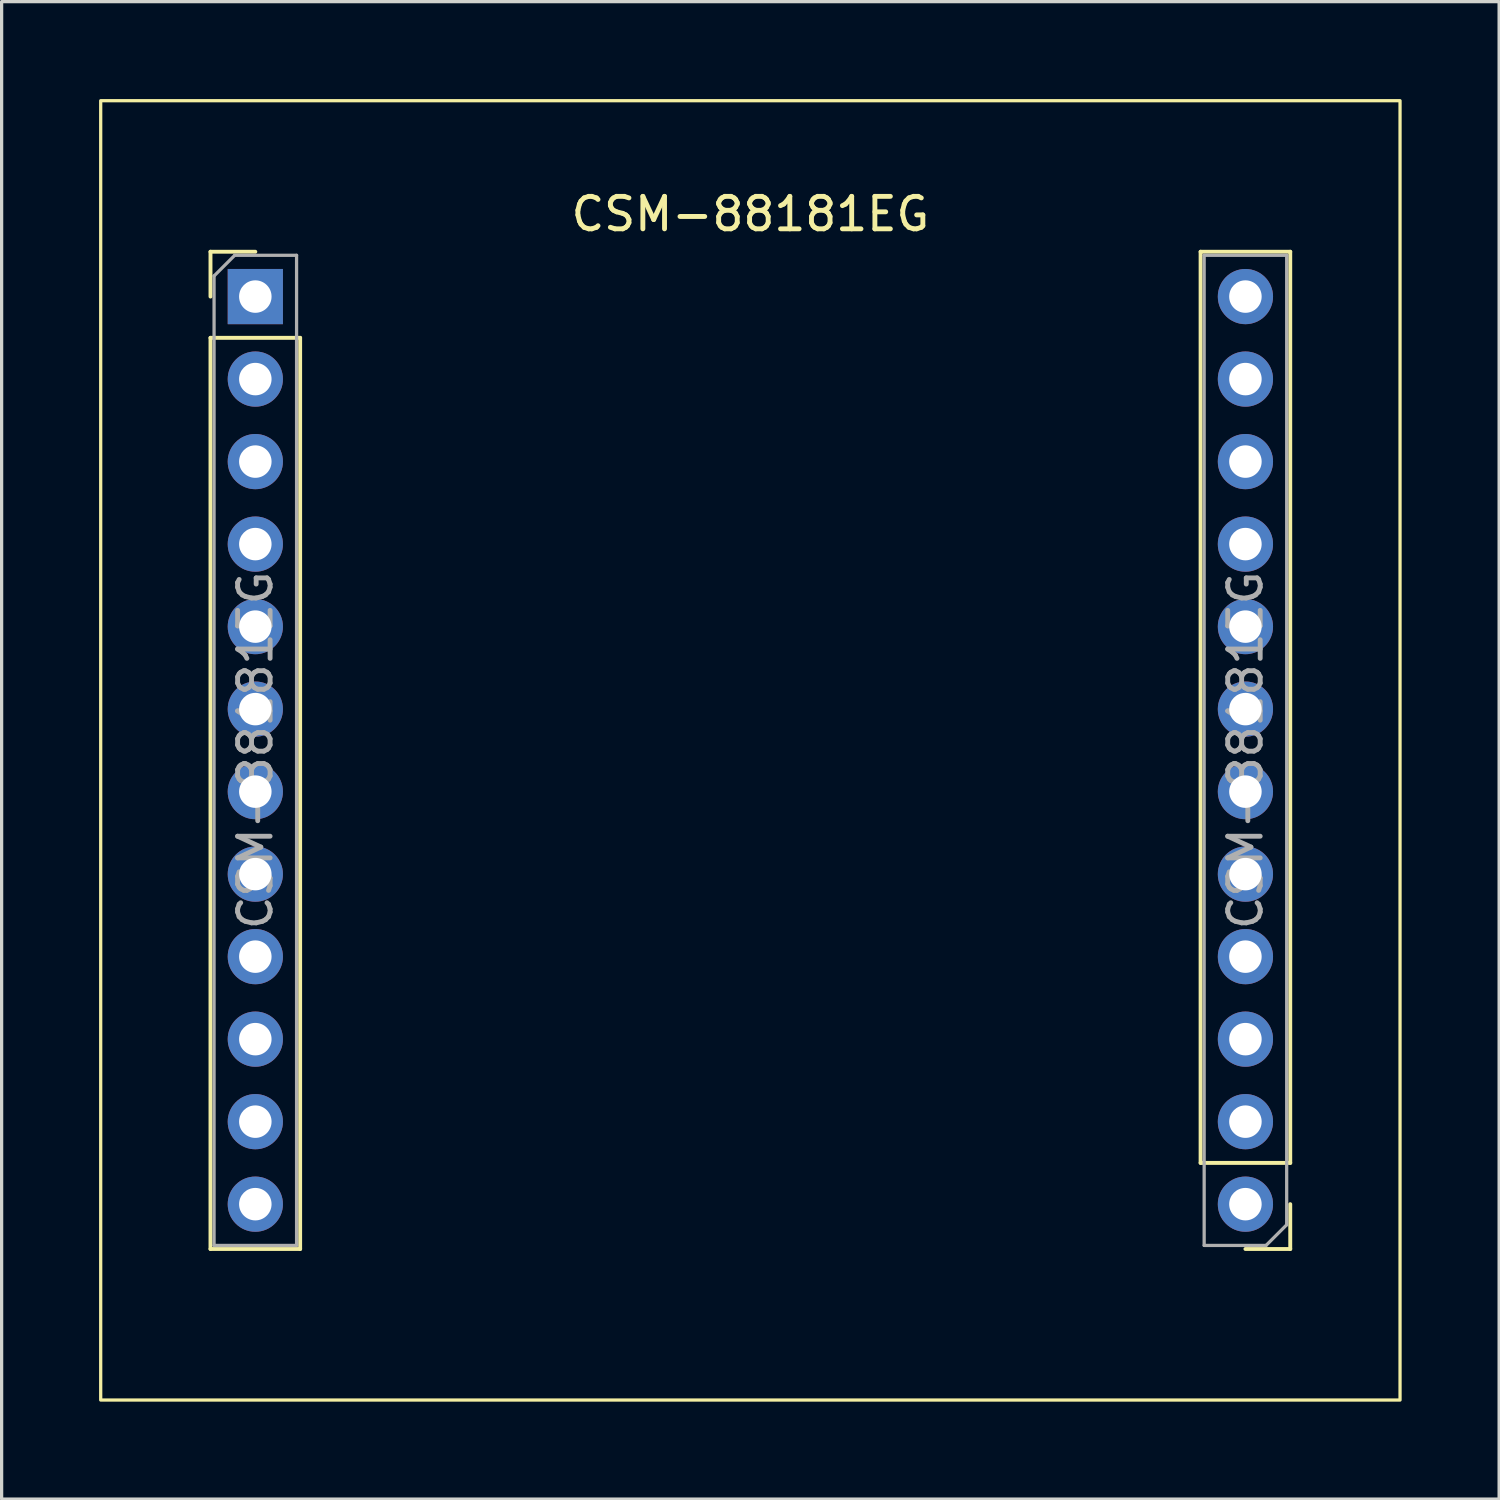
<source format=kicad_pcb>
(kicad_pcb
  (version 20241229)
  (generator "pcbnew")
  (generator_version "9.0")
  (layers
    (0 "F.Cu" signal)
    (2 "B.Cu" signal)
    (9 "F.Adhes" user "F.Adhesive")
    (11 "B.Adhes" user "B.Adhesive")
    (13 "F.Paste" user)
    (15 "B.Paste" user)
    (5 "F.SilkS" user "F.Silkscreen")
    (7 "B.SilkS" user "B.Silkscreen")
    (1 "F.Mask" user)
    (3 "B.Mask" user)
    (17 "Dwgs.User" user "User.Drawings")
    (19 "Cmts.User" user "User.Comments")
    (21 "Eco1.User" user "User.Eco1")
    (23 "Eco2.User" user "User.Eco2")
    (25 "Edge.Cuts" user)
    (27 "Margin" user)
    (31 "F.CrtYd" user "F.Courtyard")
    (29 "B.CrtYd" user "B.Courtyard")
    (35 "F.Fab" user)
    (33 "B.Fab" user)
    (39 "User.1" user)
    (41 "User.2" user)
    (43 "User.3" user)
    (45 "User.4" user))
  (footprint "CSM-88181EG"
    (layer "F.Cu")
    (at 20.05 20.05)
    (property "Reference" "CSM-88181EG" (at 0 -16.51 0) (layer "F.SilkS") (effects (font (size 1 1) (thickness 0.15))))
    (attr through_hole)
    (fp_line (start -16.62 -15.35) (end -15.24 -15.35) (stroke (width 0.12) (type solid)) (layer "F.SilkS"))
    (fp_line (start -16.62 -13.97) (end -16.62 -15.35) (stroke (width 0.12) (type solid)) (layer "F.SilkS"))
    (fp_line (start -16.62 -12.7) (end -16.62 15.35) (stroke (width 0.12) (type solid)) (layer "F.SilkS"))
    (fp_line (start -16.62 -12.7) (end -13.86 -12.7) (stroke (width 0.12) (type solid)) (layer "F.SilkS"))
    (fp_line (start -16.62 15.35) (end -13.86 15.35) (stroke (width 0.12) (type solid)) (layer "F.SilkS"))
    (fp_line (start -13.86 -12.7) (end -13.86 15.35) (stroke (width 0.12) (type solid)) (layer "F.SilkS"))
    (fp_line (start 13.86 12.7) (end 13.86 -15.35) (stroke (width 0.12) (type solid)) (layer "F.SilkS"))
    (fp_line (start 16.62 -15.35) (end 13.86 -15.35) (stroke (width 0.12) (type solid)) (layer "F.SilkS"))
    (fp_line (start 16.62 12.7) (end 13.86 12.7) (stroke (width 0.12) (type solid)) (layer "F.SilkS"))
    (fp_line (start 16.62 12.7) (end 16.62 -15.35) (stroke (width 0.12) (type solid)) (layer "F.SilkS"))
    (fp_line (start 16.62 13.97) (end 16.62 15.35) (stroke (width 0.12) (type solid)) (layer "F.SilkS"))
    (fp_line (start 16.62 15.35) (end 15.24 15.35) (stroke (width 0.12) (type solid)) (layer "F.SilkS"))
    (fp_rect (start -20 -20) (end 20 20) (stroke (width 0.1) (type default)) (fill no) (layer "F.SilkS"))
    (fp_line (start -16.51 -14.605) (end -15.875 -15.24) (stroke (width 0.1) (type solid)) (layer "F.Fab"))
    (fp_line (start -16.51 15.24) (end -16.51 -14.605) (stroke (width 0.1) (type solid)) (layer "F.Fab"))
    (fp_line (start -15.875 -15.24) (end -13.97 -15.24) (stroke (width 0.1) (type solid)) (layer "F.Fab"))
    (fp_line (start -13.97 -15.24) (end -13.97 15.24) (stroke (width 0.1) (type solid)) (layer "F.Fab"))
    (fp_line (start -13.97 15.24) (end -16.51 15.24) (stroke (width 0.1) (type solid)) (layer "F.Fab"))
    (fp_line (start 13.97 -15.24) (end 16.51 -15.24) (stroke (width 0.1) (type solid)) (layer "F.Fab"))
    (fp_line (start 13.97 15.24) (end 13.97 -15.24) (stroke (width 0.1) (type solid)) (layer "F.Fab"))
    (fp_line (start 15.875 15.24) (end 13.97 15.24) (stroke (width 0.1) (type solid)) (layer "F.Fab"))
    (fp_line (start 16.51 -15.24) (end 16.51 14.605) (stroke (width 0.1) (type solid)) (layer "F.Fab"))
    (fp_line (start 16.51 14.605) (end 15.875 15.24) (stroke (width 0.1) (type solid)) (layer "F.Fab"))
    (fp_text user "${REFERENCE}" (at 15.24 0 270) (layer "F.Fab") (effects (font (size 1 1) (thickness 0.15))))
    (fp_text user "${REFERENCE}" (at -15.24 0 90) (layer "F.Fab") (effects (font (size 1 1) (thickness 0.15))))
    (pad "1" thru_hole rect (at -15.24 -13.97) (size 1.7 1.7) (drill 1) (layers "*.Cu" "*.Mask"))
    (pad "2" thru_hole circle (at -15.24 -11.43) (size 1.7 1.7) (drill 1) (layers "*.Cu" "*.Mask"))
    (pad "3" thru_hole circle (at -15.24 -8.89) (size 1.7 1.7) (drill 1) (layers "*.Cu" "*.Mask"))
    (pad "4" thru_hole circle (at -15.24 -6.35) (size 1.7 1.7) (drill 1) (layers "*.Cu" "*.Mask"))
    (pad "5" thru_hole circle (at -15.24 -3.81) (size 1.7 1.7) (drill 1) (layers "*.Cu" "*.Mask"))
    (pad "6" thru_hole circle (at -15.24 -1.27) (size 1.7 1.7) (drill 1) (layers "*.Cu" "*.Mask"))
    (pad "7" thru_hole circle (at -15.24 1.27) (size 1.7 1.7) (drill 1) (layers "*.Cu" "*.Mask"))
    (pad "8" thru_hole circle (at -15.24 3.81) (size 1.7 1.7) (drill 1) (layers "*.Cu" "*.Mask"))
    (pad "9" thru_hole circle (at -15.24 6.35) (size 1.7 1.7) (drill 1) (layers "*.Cu" "*.Mask"))
    (pad "10" thru_hole circle (at -15.24 8.89) (size 1.7 1.7) (drill 1) (layers "*.Cu" "*.Mask"))
    (pad "11" thru_hole circle (at -15.24 11.43) (size 1.7 1.7) (drill 1) (layers "*.Cu" "*.Mask"))
    (pad "12" thru_hole circle (at -15.24 13.97) (size 1.7 1.7) (drill 1) (layers "*.Cu" "*.Mask"))
    (pad "13" thru_hole circle (at 15.24 13.97 180) (size 1.7 1.7) (drill 1) (layers "*.Cu" "*.Mask"))
    (pad "14" thru_hole circle (at 15.24 11.43 180) (size 1.7 1.7) (drill 1) (layers "*.Cu" "*.Mask"))
    (pad "15" thru_hole circle (at 15.24 8.89 180) (size 1.7 1.7) (drill 1) (layers "*.Cu" "*.Mask"))
    (pad "16" thru_hole circle (at 15.24 6.35 180) (size 1.7 1.7) (drill 1) (layers "*.Cu" "*.Mask"))
    (pad "17" thru_hole circle (at 15.24 3.81 180) (size 1.7 1.7) (drill 1) (layers "*.Cu" "*.Mask"))
    (pad "18" thru_hole circle (at 15.24 1.27 180) (size 1.7 1.7) (drill 1) (layers "*.Cu" "*.Mask"))
    (pad "19" thru_hole circle (at 15.24 -1.27 180) (size 1.7 1.7) (drill 1) (layers "*.Cu" "*.Mask"))
    (pad "20" thru_hole circle (at 15.24 -3.81 180) (size 1.7 1.7) (drill 1) (layers "*.Cu" "*.Mask"))
    (pad "21" thru_hole circle (at 15.24 -6.35 180) (size 1.7 1.7) (drill 1) (layers "*.Cu" "*.Mask"))
    (pad "22" thru_hole circle (at 15.24 -8.89 180) (size 1.7 1.7) (drill 1) (layers "*.Cu" "*.Mask"))
    (pad "23" thru_hole circle (at 15.24 -11.43 180) (size 1.7 1.7) (drill 1) (layers "*.Cu" "*.Mask"))
    (pad "24" thru_hole circle (at 15.24 -13.97 180) (size 1.7 1.7) (drill 1) (layers "*.Cu" "*.Mask")))
  (gr_rect
    (start -3 -3)
    (end 43.1 43.1)
    (stroke (width 0.1) (type default))
    (fill no)
    (layer "Edge.Cuts")))
</source>
